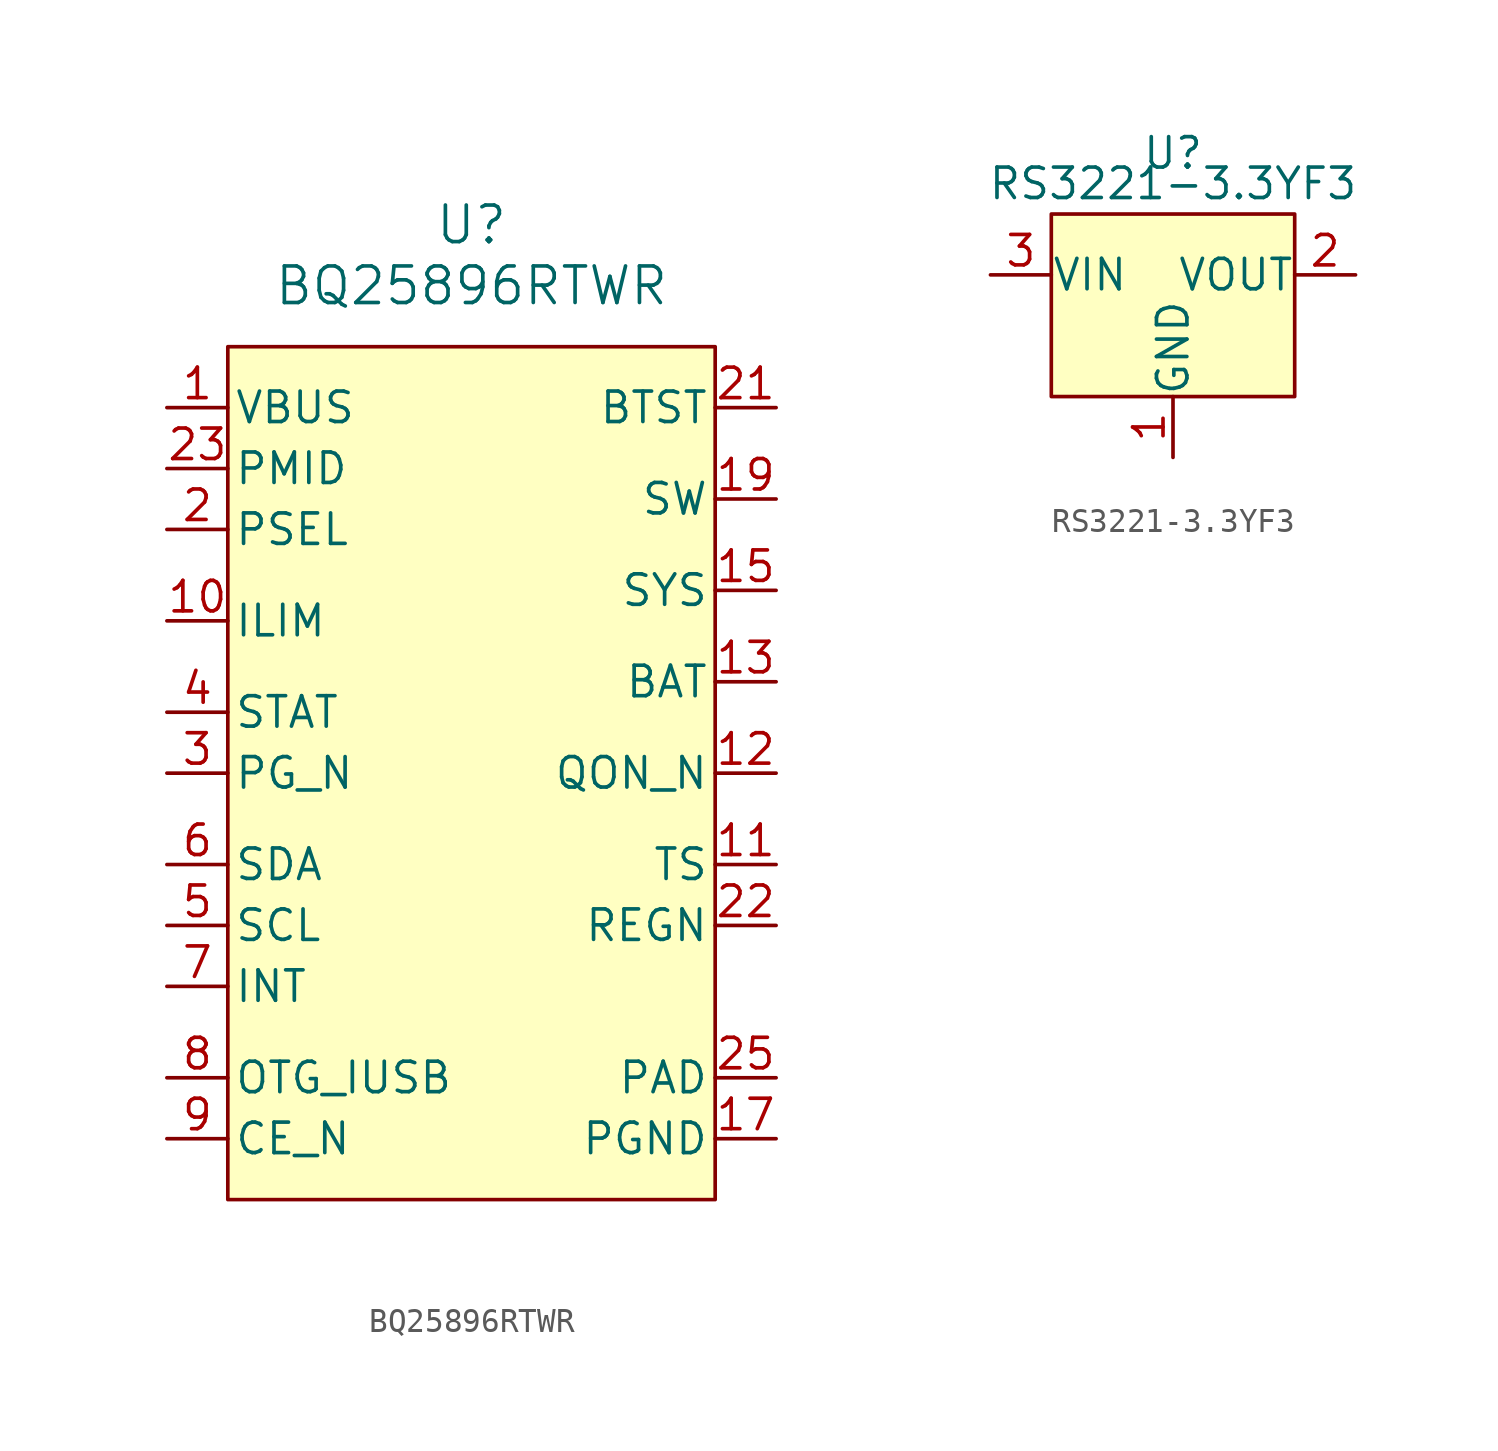
<source format=kicad_sym>
(kicad_symbol_lib
  (version 20231120)
  (generator "kicad_symbol_editor")
  (generator_version "8.0")
  (symbol "BQ25896RTWR"
    (pin_names
      (offset 0.254))
    (property "Reference" "U"
      (at 0 22.86 0)
      (effects (font (size 1.524 1.524))))
    (property "Value" "BQ25896RTWR"
      (at 0 20.32 0)
      (effects (font (size 1.524 1.524))))
    (symbol "BQ25896RTWR_0_1"
      (pin power_in line (at -12.7 15.24 0) (length 2.54) (name "VBUS" (effects (font (size 1.27 1.27)))) (number "1" (effects (font (size 1.27 1.27)))))
      (pin input line (at -12.7 6.35 0) (length 2.54) (name "ILIM" (effects (font (size 1.27 1.27)))) (number "10" (effects (font (size 1.27 1.27)))))
      (pin input line (at 12.7 -3.81 180) (length 2.54) (name "TS" (effects (font (size 1.27 1.27)))) (number "11" (effects (font (size 1.27 1.27)))))
      (pin input line (at 12.7 0 180) (length 2.54) (name "QON_N" (effects (font (size 1.27 1.27)))) (number "12" (effects (font (size 1.27 1.27)))))
      (pin power_in line (at 12.7 3.81 180) (length 2.54) (name "BAT" (effects (font (size 1.27 1.27)))) (number "13" (effects (font (size 1.27 1.27)))))
      (pin input line (at 12.7 7.62 180) (length 2.54) (name "SYS" (effects (font (size 1.27 1.27)))) (number "15" (effects (font (size 1.27 1.27)))))
      (pin power_in line (at 12.7 -15.24 180) (length 2.54) (name "PGND" (effects (font (size 1.27 1.27)))) (number "17" (effects (font (size 1.27 1.27)))))
      (pin power_in line (at 12.7 11.43 180) (length 2.54) (name "SW" (effects (font (size 1.27 1.27)))) (number "19" (effects (font (size 1.27 1.27)))))
      (pin input line (at -12.7 10.16 0) (length 2.54) (name "PSEL" (effects (font (size 1.27 1.27)))) (number "2" (effects (font (size 1.27 1.27)))))
      (pin power_in line (at 12.7 15.24 180) (length 2.54) (name "BTST" (effects (font (size 1.27 1.27)))) (number "21" (effects (font (size 1.27 1.27)))))
      (pin power_in line (at 12.7 -6.35 180) (length 2.54) (name "REGN" (effects (font (size 1.27 1.27)))) (number "22" (effects (font (size 1.27 1.27)))))
      (pin output line (at -12.7 12.7 0) (length 2.54) (name "PMID" (effects (font (size 1.27 1.27)))) (number "23" (effects (font (size 1.27 1.27)))))
      (pin power_in line (at 12.7 -12.7 180) (length 2.54) (name "PAD" (effects (font (size 1.27 1.27)))) (number "25" (effects (font (size 1.27 1.27)))))
      (pin open_collector line (at -12.7 2.54 0) (length 2.54) (name "STAT" (effects (font (size 1.27 1.27)))) (number "4" (effects (font (size 1.27 1.27)))))
      (pin input line (at -12.7 -6.35 0) (length 2.54) (name "SCL" (effects (font (size 1.27 1.27)))) (number "5" (effects (font (size 1.27 1.27)))))
      (pin bidirectional line (at -12.7 -3.81 0) (length 2.54) (name "SDA" (effects (font (size 1.27 1.27)))) (number "6" (effects (font (size 1.27 1.27)))))
      (pin bidirectional line (at -12.7 -8.89 0) (length 2.54) (name "INT" (effects (font (size 1.27 1.27)))) (number "7" (effects (font (size 1.27 1.27)))))
      (pin input line (at -12.7 -12.7 0) (length 2.54) (name "OTG_IUSB" (effects (font (size 1.27 1.27)))) (number "8" (effects (font (size 1.27 1.27)))))
      (pin input line (at -12.7 -15.24 0) (length 2.54) (name "CE_N" (effects (font (size 1.27 1.27)))) (number "9" (effects (font (size 1.27 1.27))))))
    (symbol "BQ25896RTWR_1_1"
      (rectangle (start -10.16 17.78) (end 10.16 -17.78) (stroke (width 0) (type default)) (fill (type background)))
      (pin power_in line (at 12.7 3.81 180) (length 2.54) hide (name "BAT" (effects (font (size 1.27 1.27)))) (number "14" (effects (font (size 1.27 1.27)))))
      (pin input line (at 12.7 7.62 180) (length 2.54) hide (name "SYS" (effects (font (size 1.27 1.27)))) (number "16" (effects (font (size 1.27 1.27)))))
      (pin power_in line (at 12.7 -15.24 180) (length 2.54) hide (name "PGND" (effects (font (size 1.27 1.27)))) (number "18" (effects (font (size 1.27 1.27)))))
      (pin power_in line (at 12.7 11.43 180) (length 2.54) hide (name "SW" (effects (font (size 1.27 1.27)))) (number "20" (effects (font (size 1.27 1.27)))))
      (pin unspecified line (at 12.7 -10.16 180) (length 2.54) hide (name "NC" (effects (font (size 1.27 1.27)))) (number "24" (effects (font (size 1.27 1.27)))))
      (pin open_collector line (at -12.7 0 0) (length 2.54) (name "PG_N" (effects (font (size 1.27 1.27)))) (number "3" (effects (font (size 1.27 1.27)))))))
  (symbol "RS3221-3.3YF3"
    (pin_names
      (offset 0.0001))
    (property "Reference" "U"
      (at 0 5.08 0)
      (effects (font (size 1.27 1.27))))
    (property "Value" "RS3221-3.3YF3"
      (at 0 3.81 0)
      (effects (font (size 1.27 1.27))))
    (symbol "RS3221-3.3YF3_1_1"
      (rectangle (start -5.08 2.54) (end 5.08 -5.08) (stroke (width 0) (type default)) (fill (type background)))
      (pin output line (at 0 -7.62 90) (length 2.54) (name "GND" (effects (font (size 1.27 1.27)))) (number "1" (effects (font (size 1.27 1.27)))))
      (pin output line (at 7.62 0 180) (length 2.54) (name "VOUT" (effects (font (size 1.27 1.27)))) (number "2" (effects (font (size 1.27 1.27)))))
      (pin input line (at -7.62 0 0) (length 2.54) (name "VIN" (effects (font (size 1.27 1.27)))) (number "3" (effects (font (size 1.27 1.27))))))))
</source>
